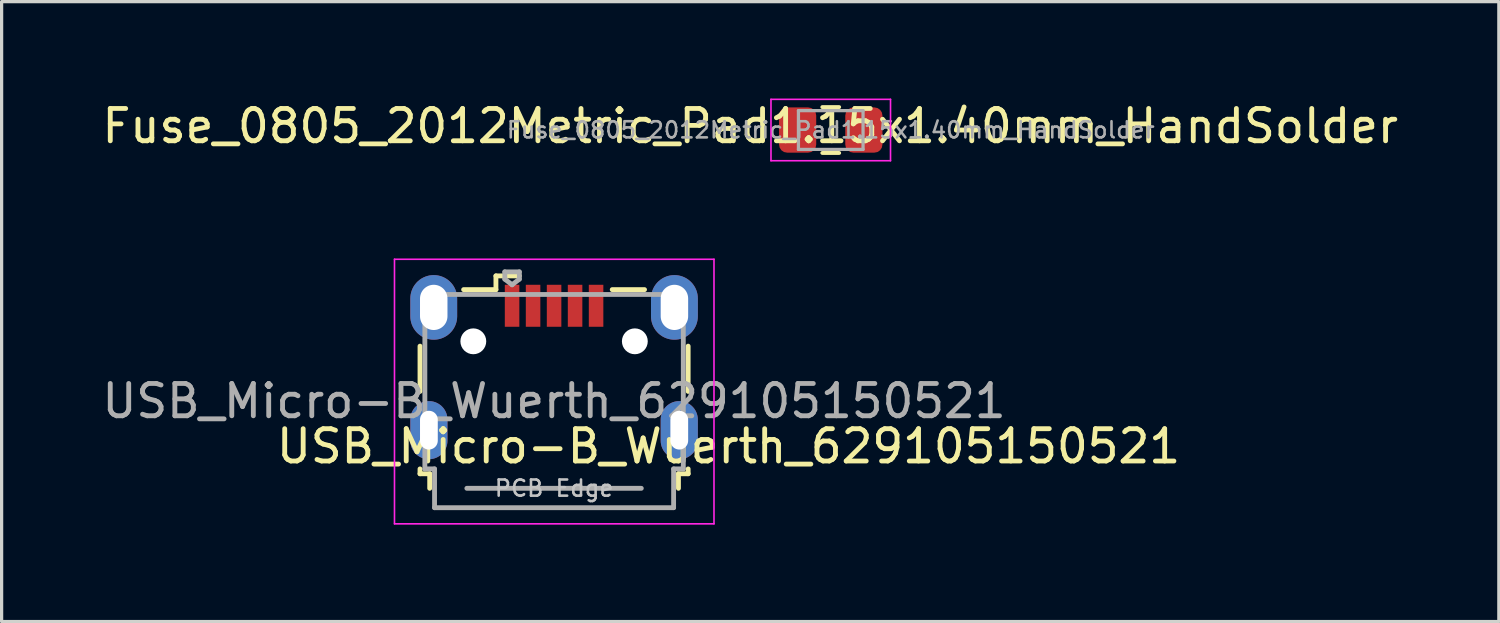
<source format=kicad_pcb>
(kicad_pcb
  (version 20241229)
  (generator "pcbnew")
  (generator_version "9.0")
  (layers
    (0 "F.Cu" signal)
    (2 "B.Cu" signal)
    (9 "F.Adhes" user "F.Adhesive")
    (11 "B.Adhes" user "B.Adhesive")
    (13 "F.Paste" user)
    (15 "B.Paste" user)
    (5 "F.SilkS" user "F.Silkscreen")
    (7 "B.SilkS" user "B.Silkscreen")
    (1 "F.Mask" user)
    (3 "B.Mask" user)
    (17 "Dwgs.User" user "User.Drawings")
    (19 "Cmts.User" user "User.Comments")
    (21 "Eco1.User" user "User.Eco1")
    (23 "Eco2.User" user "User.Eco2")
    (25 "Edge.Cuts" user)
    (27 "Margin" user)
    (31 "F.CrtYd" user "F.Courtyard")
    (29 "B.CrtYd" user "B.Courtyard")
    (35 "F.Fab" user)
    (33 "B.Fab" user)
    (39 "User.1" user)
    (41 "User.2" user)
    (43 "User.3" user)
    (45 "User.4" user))
  (footprint "Fuse_0805_2012Metric_Pad1.15x1.40mm_HandSolder"
    (layer "F.Cu")
    (at 22.665 0.975)
    (property "Reference" "Fuse_0805_2012Metric_Pad1.15x1.40mm_HandSolder" (at -2.492 -0.122 0) (layer "F.SilkS") (effects (font (size 1 1) (thickness 0.15))))
    (attr smd)
    (fp_line (start -0.261 -0.71) (end 0.261 -0.71) (stroke (width 0.12) (type solid)) (layer "F.SilkS"))
    (fp_line (start -0.261 0.71) (end 0.261 0.71) (stroke (width 0.12) (type solid)) (layer "F.SilkS"))
    (fp_line (start -1.85 -0.95) (end 1.85 -0.95) (stroke (width 0.05) (type solid)) (layer "F.CrtYd"))
    (fp_line (start -1.85 0.95) (end -1.85 -0.95) (stroke (width 0.05) (type solid)) (layer "F.CrtYd"))
    (fp_line (start 1.85 -0.95) (end 1.85 0.95) (stroke (width 0.05) (type solid)) (layer "F.CrtYd"))
    (fp_line (start 1.85 0.95) (end -1.85 0.95) (stroke (width 0.05) (type solid)) (layer "F.CrtYd"))
    (fp_line (start -1 -0.6) (end 1 -0.6) (stroke (width 0.1) (type solid)) (layer "F.Fab"))
    (fp_line (start -1 0.6) (end -1 -0.6) (stroke (width 0.1) (type solid)) (layer "F.Fab"))
    (fp_line (start 1 -0.6) (end 1 0.6) (stroke (width 0.1) (type solid)) (layer "F.Fab"))
    (fp_line (start 1 0.6) (end -1 0.6) (stroke (width 0.1) (type solid)) (layer "F.Fab"))
    (fp_text user "${REFERENCE}" (at 0 0 0) (layer "F.Fab") (effects (font (size 0.5 0.5) (thickness 0.08))))
    (pad "1" smd roundrect (at -1.025 0) (size 1.15 1.4) (layers "F.Cu" "F.Mask" "F.Paste") (roundrect_rratio 0.217))
    (pad "2" smd roundrect (at 1.025 0) (size 1.15 1.4) (layers "F.Cu" "F.Mask" "F.Paste") (roundrect_rratio 0.217)))
  (footprint "USB_Micro-B_Wuerth_629105150521"
    (layer "F.Cu")
    (at 14.101 8.315)
    (property "Reference" "USB_Micro-B_Wuerth_629105150521" (at 5.4 2.45 0) (layer "F.SilkS") (effects (font (size 1 1) (thickness 0.15))))
    (attr smd)
    (fp_line (start -4.15 -0.65) (end -4.15 0.75) (stroke (width 0.15) (type solid)) (layer "F.SilkS"))
    (fp_line (start -4.15 3.15) (end -4.15 3.3) (stroke (width 0.15) (type solid)) (layer "F.SilkS"))
    (fp_line (start -4.15 3.3) (end -3.85 3.3) (stroke (width 0.15) (type solid)) (layer "F.SilkS"))
    (fp_line (start -3.85 3.3) (end -3.85 3.75) (stroke (width 0.15) (type solid)) (layer "F.SilkS"))
    (fp_line (start -1.8 -2.825) (end -1.8 -2.4) (stroke (width 0.15) (type solid)) (layer "F.SilkS"))
    (fp_line (start -1.8 -2.4) (end -2.8 -2.4) (stroke (width 0.15) (type solid)) (layer "F.SilkS"))
    (fp_line (start -1.075 -2.825) (end -1.8 -2.825) (stroke (width 0.15) (type solid)) (layer "F.SilkS"))
    (fp_line (start 1.8 -2.4) (end 2.8 -2.4) (stroke (width 0.15) (type solid)) (layer "F.SilkS"))
    (fp_line (start 3.85 3.3) (end 4.15 3.3) (stroke (width 0.15) (type solid)) (layer "F.SilkS"))
    (fp_line (start 3.85 3.75) (end 3.85 3.3) (stroke (width 0.15) (type solid)) (layer "F.SilkS"))
    (fp_line (start 4.15 0.75) (end 4.15 -0.65) (stroke (width 0.15) (type solid)) (layer "F.SilkS"))
    (fp_line (start 4.15 3.3) (end 4.15 3.15) (stroke (width 0.15) (type solid)) (layer "F.SilkS"))
    (fp_line (start -4.94 -3.34) (end -4.94 4.85) (stroke (width 0.05) (type solid)) (layer "F.CrtYd"))
    (fp_line (start -4.94 4.85) (end 4.95 4.85) (stroke (width 0.05) (type solid)) (layer "F.CrtYd"))
    (fp_line (start 4.95 -3.34) (end -4.94 -3.34) (stroke (width 0.05) (type solid)) (layer "F.CrtYd"))
    (fp_line (start 4.95 4.85) (end 4.95 -3.34) (stroke (width 0.05) (type solid)) (layer "F.CrtYd"))
    (fp_line (start -4 -2.25) (end -4 3.15) (stroke (width 0.15) (type solid)) (layer "F.Fab"))
    (fp_line (start -4 3.15) (end -3.7 3.15) (stroke (width 0.15) (type solid)) (layer "F.Fab"))
    (fp_line (start -3.7 3.15) (end -3.7 4.35) (stroke (width 0.15) (type solid)) (layer "F.Fab"))
    (fp_line (start -3.7 4.35) (end 3.7 4.35) (stroke (width 0.15) (type solid)) (layer "F.Fab"))
    (fp_line (start -2.7 3.75) (end 2.7 3.75) (stroke (width 0.15) (type solid)) (layer "F.Fab"))
    (fp_line (start -1.525 -2.95) (end -1.075 -2.95) (stroke (width 0.15) (type solid)) (layer "F.Fab"))
    (fp_line (start -1.525 -2.725) (end -1.525 -2.95) (stroke (width 0.15) (type solid)) (layer "F.Fab"))
    (fp_line (start -1.3 -2.55) (end -1.525 -2.725) (stroke (width 0.15) (type solid)) (layer "F.Fab"))
    (fp_line (start -1.075 -2.95) (end -1.075 -2.725) (stroke (width 0.15) (type solid)) (layer "F.Fab"))
    (fp_line (start -1.075 -2.725) (end -1.3 -2.55) (stroke (width 0.15) (type solid)) (layer "F.Fab"))
    (fp_line (start 3.7 3.15) (end 4 3.15) (stroke (width 0.15) (type solid)) (layer "F.Fab"))
    (fp_line (start 3.7 4.35) (end 3.7 3.15) (stroke (width 0.15) (type solid)) (layer "F.Fab"))
    (fp_line (start 4 -2.25) (end -4 -2.25) (stroke (width 0.15) (type solid)) (layer "F.Fab"))
    (fp_line (start 4 3.15) (end 4 -2.25) (stroke (width 0.15) (type solid)) (layer "F.Fab"))
    (fp_text user "PCB Edge" (at 0 3.75 0) (layer "Dwgs.User") (effects (font (size 0.5 0.5) (thickness 0.08))))
    (fp_text user "${REFERENCE}" (at 0 1.05 0) (layer "F.Fab") (effects (font (size 1 1) (thickness 0.15))))
    (pad "" np_thru_hole oval (at -2.5 -0.8) (size 0.8 0.8) (drill 0.8) (layers "*.Cu" "*.Mask"))
    (pad "" np_thru_hole oval (at 2.5 -0.8) (size 0.8 0.8) (drill 0.8) (layers "*.Cu" "*.Mask"))
    (pad "1" smd rect (at -1.3 -1.9) (size 0.45 1.3) (layers "F.Cu" "F.Mask" "F.Paste"))
    (pad "2" smd rect (at -0.65 -1.9) (size 0.45 1.3) (layers "F.Cu" "F.Mask" "F.Paste"))
    (pad "3" smd rect (at 0 -1.9) (size 0.45 1.3) (layers "F.Cu" "F.Mask" "F.Paste"))
    (pad "4" smd rect (at 0.65 -1.9) (size 0.45 1.3) (layers "F.Cu" "F.Mask" "F.Paste"))
    (pad "5" smd rect (at 1.3 -1.9) (size 0.45 1.3) (layers "F.Cu" "F.Mask" "F.Paste"))
    (pad "6" thru_hole oval (at -3.875 1.95) (size 1.15 1.8) (drill oval 0.55 1.2) (layers "*.Cu" "*.Mask"))
    (pad "6" thru_hole oval (at -3.725 -1.85) (size 1.45 2) (drill oval 0.85 1.4) (layers "*.Cu" "*.Mask"))
    (pad "6" thru_hole oval (at 3.725 -1.85) (size 1.45 2) (drill oval 0.85 1.4) (layers "*.Cu" "*.Mask"))
    (pad "6" thru_hole oval (at 3.875 1.95) (size 1.15 1.8) (drill oval 0.55 1.2) (layers "*.Cu" "*.Mask")))
  (gr_rect
    (start -3 -3)
    (end 43.345 16.19)
    (stroke (width 0.1) (type default))
    (fill no)
    (layer "Edge.Cuts")))
</source>
